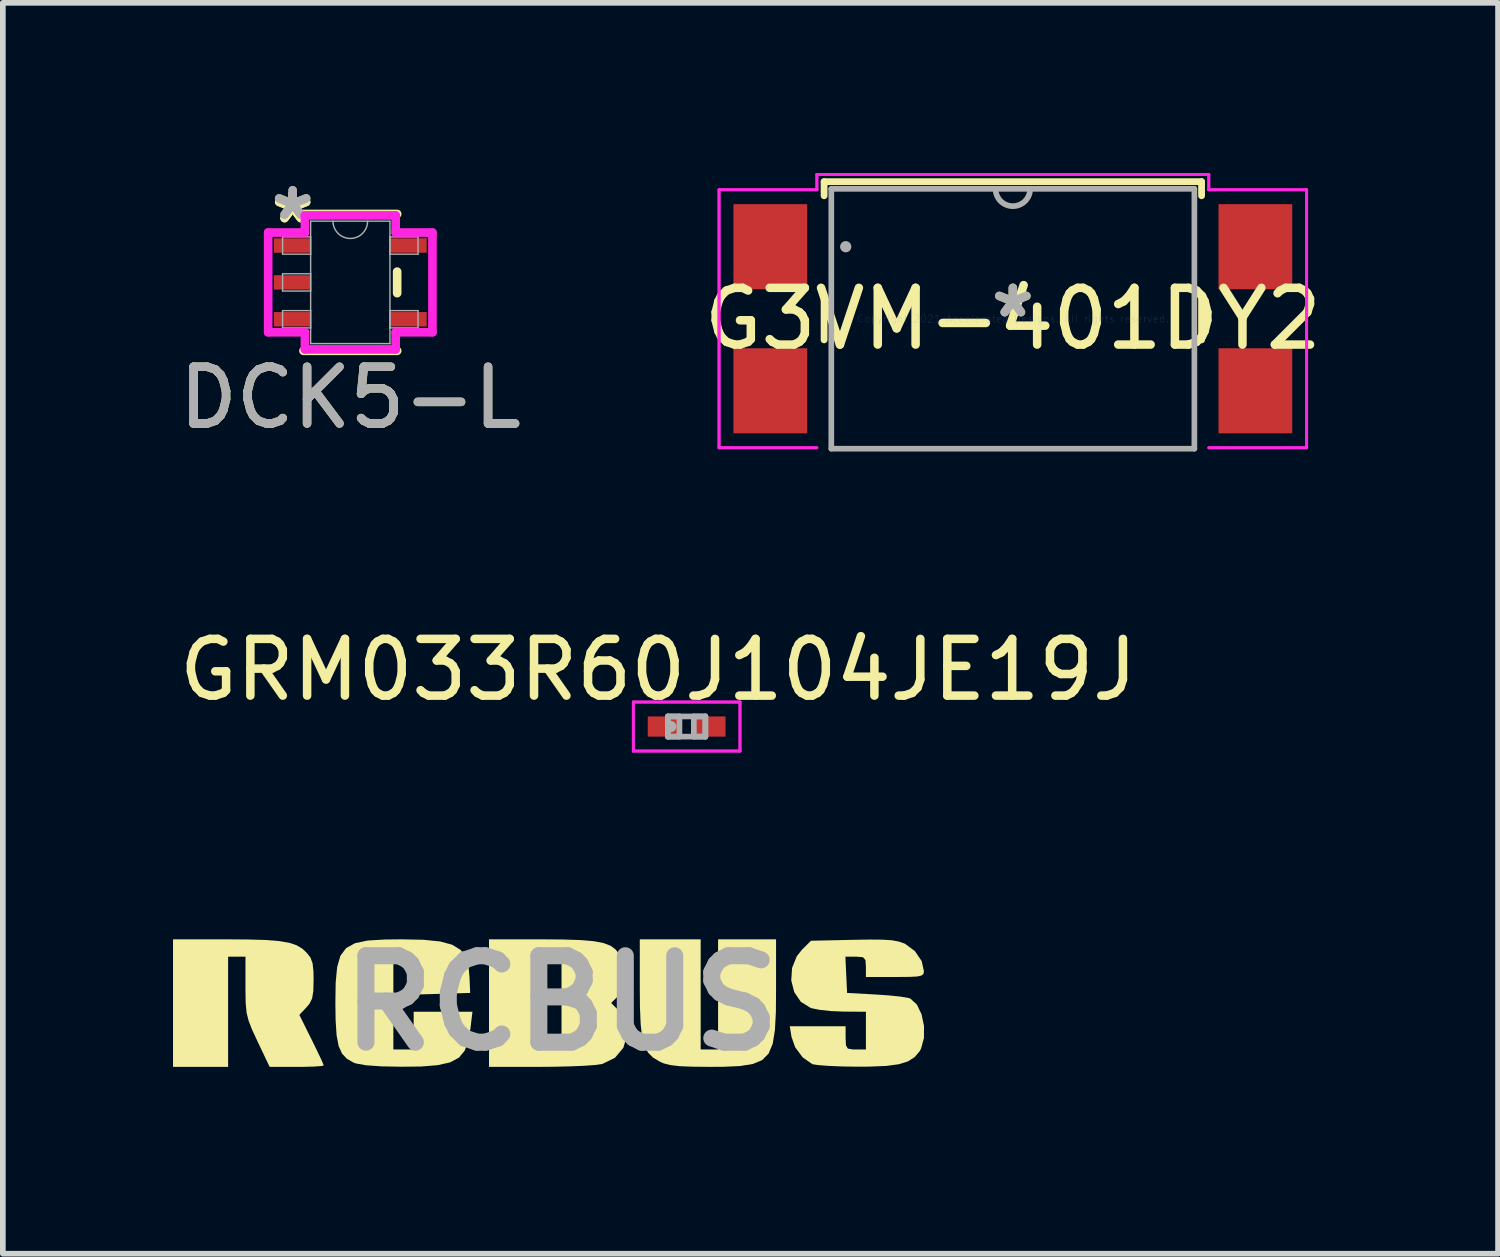
<source format=kicad_pcb>
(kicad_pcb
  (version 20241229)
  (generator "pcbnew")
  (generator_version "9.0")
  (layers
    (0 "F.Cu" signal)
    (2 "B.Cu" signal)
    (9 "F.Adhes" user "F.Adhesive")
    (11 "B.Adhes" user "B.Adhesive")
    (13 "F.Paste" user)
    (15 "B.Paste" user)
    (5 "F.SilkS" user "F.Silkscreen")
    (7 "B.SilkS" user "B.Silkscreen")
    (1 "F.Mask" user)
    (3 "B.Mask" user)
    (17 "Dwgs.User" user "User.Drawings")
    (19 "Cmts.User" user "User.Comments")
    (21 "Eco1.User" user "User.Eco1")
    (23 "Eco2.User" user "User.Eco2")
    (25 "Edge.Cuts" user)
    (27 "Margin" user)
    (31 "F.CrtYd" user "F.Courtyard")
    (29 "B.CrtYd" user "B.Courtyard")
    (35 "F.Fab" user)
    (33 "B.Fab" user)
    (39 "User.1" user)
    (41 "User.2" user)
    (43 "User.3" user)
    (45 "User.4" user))
  (footprint "RCBUS"
    (layer "F.Cu")
    (at 6.848 14.632)
    (property "Reference" "RCBUS" (at 0 0 0) (layer "F.Fab") (effects (font (size 1.524 1.524) (thickness 0.3))))
    (attr board_only exclude_from_pos_files exclude_from_bom)
    (fp_poly (pts (xy 2.453 0.818) (xy 2.76 0.818) (xy 2.76 -1.124) (xy 3.782 -1.124) (xy 3.782 -0.254) (xy 3.779 0.157) (xy 3.762 0.477) (xy 3.723 0.717) (xy 3.651 0.889) (xy 3.537 1.005) (xy 3.371 1.074) (xy 3.144 1.11) (xy 2.845 1.123) (xy 2.599 1.124) (xy 2.298 1.121) (xy 2.078 1.112) (xy 1.921 1.093) (xy 1.805 1.064) (xy 1.738 1.035) (xy 1.618 0.964) (xy 1.528 0.876) (xy 1.464 0.758) (xy 1.421 0.594) (xy 1.395 0.37) (xy 1.383 0.071) (xy 1.38 -0.268) (xy 1.38 -1.124) (xy 2.453 -1.124)) (stroke (width 0) (type solid)) (fill yes) (layer "F.SilkS"))
    (fp_poly (pts (xy -0.371 -1.124) (xy 0.027 -1.121) (xy 0.337 -1.111) (xy 0.57 -1.091) (xy 0.742 -1.058) (xy 0.866 -1.01) (xy 0.954 -0.944) (xy 1.021 -0.859) (xy 1.025 -0.853) (xy 1.108 -0.643) (xy 1.123 -0.423) (xy 1.07 -0.227) (xy 1 -0.126) (xy 0.875 -0.002) (xy 1.032 0.155) (xy 1.13 0.267) (xy 1.168 0.369) (xy 1.165 0.513) (xy 1.162 0.542) (xy 1.091 0.786) (xy 0.943 0.964) (xy 0.72 1.073) (xy 0.719 1.073) (xy 0.609 1.09) (xy 0.417 1.104) (xy 0.164 1.115) (xy -0.127 1.122) (xy -0.371 1.124) (xy -1.278 1.124) (xy -1.278 0.818) (xy -0.307 0.818) (xy 0 0.818) (xy 0 -0.818) (xy -0.307 -0.818) (xy -0.307 0.818) (xy -1.278 0.818) (xy -1.278 -1.124)) (stroke (width 0) (type solid)) (fill yes) (layer "F.SilkS"))
    (fp_poly (pts (xy -5.916 -1.124) (xy -5.519 -1.121) (xy -5.211 -1.112) (xy -4.976 -1.093) (xy -4.8 -1.063) (xy -4.669 -1.019) (xy -4.568 -0.959) (xy -4.494 -0.89) (xy -4.425 -0.803) (xy -4.388 -0.701) (xy -4.372 -0.554) (xy -4.37 -0.409) (xy -4.375 -0.211) (xy -4.396 -0.082) (xy -4.443 0.012) (xy -4.495 0.074) (xy -4.621 0.208) (xy -4.406 0.641) (xy -4.313 0.831) (xy -4.24 0.984) (xy -4.198 1.08) (xy -4.191 1.1) (xy -4.238 1.11) (xy -4.365 1.119) (xy -4.55 1.124) (xy -4.668 1.124) (xy -5.145 1.124) (xy -5.358 0.676) (xy -5.455 0.468) (xy -5.516 0.31) (xy -5.551 0.169) (xy -5.567 0.007) (xy -5.571 -0.211) (xy -5.571 -0.295) (xy -5.571 -0.818) (xy -5.877 -0.818) (xy -5.877 1.124) (xy -6.848 1.124) (xy -6.848 -1.124)) (stroke (width 0) (type solid)) (fill yes) (layer "F.SilkS"))
    (fp_poly (pts (xy -2.43 -1.116) (xy -2.138 -1.086) (xy -1.925 -1.028) (xy -1.778 -0.936) (xy -1.686 -0.803) (xy -1.637 -0.623) (xy -1.622 -0.455) (xy -1.61 -0.179) (xy -2.108 -0.164) (xy -2.606 -0.15) (xy -2.606 -0.818) (xy -2.964 -0.818) (xy -2.964 0.818) (xy -2.606 0.818) (xy -2.606 0.153) (xy -1.57 0.153) (xy -1.605 0.446) (xy -1.643 0.67) (xy -1.707 0.84) (xy -1.809 0.962) (xy -1.963 1.045) (xy -2.181 1.094) (xy -2.476 1.118) (xy -2.822 1.122) (xy -3.182 1.115) (xy -3.447 1.096) (xy -3.62 1.065) (xy -3.664 1.05) (xy -3.783 0.982) (xy -3.87 0.889) (xy -3.929 0.756) (xy -3.965 0.565) (xy -3.982 0.302) (xy -3.986 0) (xy -3.981 -0.36) (xy -3.955 -0.634) (xy -3.898 -0.833) (xy -3.796 -0.97) (xy -3.639 -1.056) (xy -3.413 -1.103) (xy -3.106 -1.121) (xy -2.811 -1.124)) (stroke (width 0) (type solid)) (fill yes) (layer "F.SilkS"))
    (fp_poly (pts (xy 5.665 -1.118) (xy 5.826 -1.107) (xy 5.944 -1.085) (xy 6.039 -1.052) (xy 6.056 -1.045) (xy 6.23 -0.916) (xy 6.349 -0.74) (xy 6.388 -0.565) (xy 6.382 -0.517) (xy 6.35 -0.487) (xy 6.274 -0.469) (xy 6.136 -0.462) (xy 5.917 -0.46) (xy 5.877 -0.46) (xy 5.366 -0.46) (xy 5.366 -0.639) (xy 5.358 -0.758) (xy 5.315 -0.808) (xy 5.203 -0.818) (xy 5.185 -0.818) (xy 5.004 -0.818) (xy 5.019 -0.498) (xy 5.034 -0.179) (xy 5.545 -0.151) (xy 5.772 -0.135) (xy 5.968 -0.115) (xy 6.105 -0.093) (xy 6.147 -0.081) (xy 6.263 0.024) (xy 6.346 0.195) (xy 6.39 0.403) (xy 6.389 0.616) (xy 6.338 0.803) (xy 6.312 0.85) (xy 6.224 0.953) (xy 6.107 1.028) (xy 5.945 1.078) (xy 5.721 1.108) (xy 5.421 1.12) (xy 5.202 1.121) (xy 4.94 1.117) (xy 4.709 1.107) (xy 4.531 1.094) (xy 4.429 1.078) (xy 4.421 1.076) (xy 4.251 0.957) (xy 4.118 0.777) (xy 4.054 0.595) (xy 4.024 0.409) (xy 5.008 0.409) (xy 5.008 0.613) (xy 5.014 0.744) (xy 5.047 0.802) (xy 5.135 0.817) (xy 5.187 0.818) (xy 5.366 0.818) (xy 5.366 0.153) (xy 4.97 0.15) (xy 4.751 0.141) (xy 4.548 0.119) (xy 4.402 0.089) (xy 4.395 0.087) (xy 4.219 -0.022) (xy 4.103 -0.192) (xy 4.05 -0.399) (xy 4.064 -0.619) (xy 4.148 -0.827) (xy 4.237 -0.939) (xy 4.397 -1.099) (xy 5.134 -1.115) (xy 5.441 -1.12)) (stroke (width 0) (type solid)) (fill yes) (layer "F.SilkS")))
  (footprint "DCK5-L"
    (layer "F.Cu")
    (at 3.125 1.928)
    (property "Reference" "DCK5-L" (at 0 2.032 0) (unlocked yes) (layer "F.SilkS") (effects (font (size 1 1) (thickness 0.15))))
    (attr smd)
    (fp_line (start -0.826 1.206) (end 0.826 1.206) (stroke (width 0.152) (type solid)) (layer "F.SilkS"))
    (fp_line (start 0.826 -1.206) (end -0.826 -1.206) (stroke (width 0.152) (type solid)) (layer "F.SilkS"))
    (fp_line (start 0.826 0.19) (end 0.826 -0.19) (stroke (width 0.152) (type solid)) (layer "F.SilkS"))
    (fp_line (start -1.448 -0.879) (end -0.8 -0.879) (stroke (width 0.152) (type solid)) (layer "F.CrtYd"))
    (fp_line (start -1.448 0.879) (end -1.448 -0.879) (stroke (width 0.152) (type solid)) (layer "F.CrtYd"))
    (fp_line (start -0.8 -1.181) (end 0.8 -1.181) (stroke (width 0.152) (type solid)) (layer "F.CrtYd"))
    (fp_line (start -0.8 -0.879) (end -0.8 -1.181) (stroke (width 0.152) (type solid)) (layer "F.CrtYd"))
    (fp_line (start -0.8 0.879) (end -1.448 0.879) (stroke (width 0.152) (type solid)) (layer "F.CrtYd"))
    (fp_line (start -0.8 1.181) (end -0.8 0.879) (stroke (width 0.152) (type solid)) (layer "F.CrtYd"))
    (fp_line (start 0.8 -1.181) (end 0.8 -0.879) (stroke (width 0.152) (type solid)) (layer "F.CrtYd"))
    (fp_line (start 0.8 -0.879) (end 1.448 -0.879) (stroke (width 0.152) (type solid)) (layer "F.CrtYd"))
    (fp_line (start 0.8 0.879) (end 0.8 1.181) (stroke (width 0.152) (type solid)) (layer "F.CrtYd"))
    (fp_line (start 0.8 1.181) (end -0.8 1.181) (stroke (width 0.152) (type solid)) (layer "F.CrtYd"))
    (fp_line (start 1.448 -0.879) (end 1.448 0.879) (stroke (width 0.152) (type solid)) (layer "F.CrtYd"))
    (fp_line (start 1.448 0.879) (end 0.8 0.879) (stroke (width 0.152) (type solid)) (layer "F.CrtYd"))
    (fp_line (start -1.194 -0.802) (end -1.194 -0.498) (stroke (width 0.025) (type solid)) (layer "F.Fab"))
    (fp_line (start -1.194 -0.498) (end -0.699 -0.498) (stroke (width 0.025) (type solid)) (layer "F.Fab"))
    (fp_line (start -1.194 -0.152) (end -1.194 0.152) (stroke (width 0.025) (type solid)) (layer "F.Fab"))
    (fp_line (start -1.194 0.152) (end -0.699 0.152) (stroke (width 0.025) (type solid)) (layer "F.Fab"))
    (fp_line (start -1.194 0.498) (end -1.194 0.802) (stroke (width 0.025) (type solid)) (layer "F.Fab"))
    (fp_line (start -1.194 0.802) (end -0.699 0.802) (stroke (width 0.025) (type solid)) (layer "F.Fab"))
    (fp_line (start -0.699 -1.079) (end -0.699 1.079) (stroke (width 0.025) (type solid)) (layer "F.Fab"))
    (fp_line (start -0.699 -0.802) (end -1.194 -0.802) (stroke (width 0.025) (type solid)) (layer "F.Fab"))
    (fp_line (start -0.699 -0.498) (end -0.699 -0.802) (stroke (width 0.025) (type solid)) (layer "F.Fab"))
    (fp_line (start -0.699 -0.152) (end -1.194 -0.152) (stroke (width 0.025) (type solid)) (layer "F.Fab"))
    (fp_line (start -0.699 0.152) (end -0.699 -0.152) (stroke (width 0.025) (type solid)) (layer "F.Fab"))
    (fp_line (start -0.699 0.498) (end -1.194 0.498) (stroke (width 0.025) (type solid)) (layer "F.Fab"))
    (fp_line (start -0.699 0.802) (end -0.699 0.498) (stroke (width 0.025) (type solid)) (layer "F.Fab"))
    (fp_line (start -0.699 1.079) (end 0.699 1.079) (stroke (width 0.025) (type solid)) (layer "F.Fab"))
    (fp_line (start 0.699 -1.079) (end -0.699 -1.079) (stroke (width 0.025) (type solid)) (layer "F.Fab"))
    (fp_line (start 0.699 -0.802) (end 0.699 -0.498) (stroke (width 0.025) (type solid)) (layer "F.Fab"))
    (fp_line (start 0.699 -0.498) (end 1.194 -0.498) (stroke (width 0.025) (type solid)) (layer "F.Fab"))
    (fp_line (start 0.699 0.498) (end 0.699 0.802) (stroke (width 0.025) (type solid)) (layer "F.Fab"))
    (fp_line (start 0.699 0.802) (end 1.194 0.802) (stroke (width 0.025) (type solid)) (layer "F.Fab"))
    (fp_line (start 0.699 1.079) (end 0.699 -1.079) (stroke (width 0.025) (type solid)) (layer "F.Fab"))
    (fp_line (start 1.194 -0.802) (end 0.699 -0.802) (stroke (width 0.025) (type solid)) (layer "F.Fab"))
    (fp_line (start 1.194 -0.498) (end 1.194 -0.802) (stroke (width 0.025) (type solid)) (layer "F.Fab"))
    (fp_line (start 1.194 0.498) (end 0.699 0.498) (stroke (width 0.025) (type solid)) (layer "F.Fab"))
    (fp_line (start 1.194 0.802) (end 1.194 0.498) (stroke (width 0.025) (type solid)) (layer "F.Fab"))
    (fp_arc (start 0.3048 -1.0795) (mid 0 -0.7747) (end -0.3048 -1.0795) (stroke (width 0.0254) (type solid)) (layer "F.Fab"))
    (fp_text user "*" (at -1.016 -1.016 0) (layer "F.SilkS") (effects (font (size 1 1) (thickness 0.15))))
    (fp_text user "*" (at -1.016 -1.016 0) (unlocked yes) (layer "F.SilkS") (effects (font (size 1 1) (thickness 0.15))))
    (fp_text user "*" (at -1.016 -1.079 0) (unlocked yes) (layer "F.Fab") (effects (font (size 1 1) (thickness 0.15))))
    (fp_text user "${REFERENCE}" (at 0 2.032 0) (unlocked yes) (layer "F.Fab") (effects (font (size 1 1) (thickness 0.15))))
    (fp_text user "*" (at -1.016 -1.079 0) (layer "F.Fab") (effects (font (size 1 1) (thickness 0.15))))
    (pad "1" smd rect (at -1.022 -0.65) (size 0.648 0.254) (layers "F.Cu" "F.Mask" "F.Paste"))
    (pad "2" smd rect (at -1.022 0) (size 0.648 0.254) (layers "F.Cu" "F.Mask" "F.Paste"))
    (pad "3" smd rect (at -1.022 0.65) (size 0.648 0.254) (layers "F.Cu" "F.Mask" "F.Paste"))
    (pad "4" smd rect (at 1.022 0.65) (size 0.648 0.254) (layers "F.Cu" "F.Mask" "F.Paste"))
    (pad "5" smd rect (at 1.022 -0.65) (size 0.648 0.254) (layers "F.Cu" "F.Mask" "F.Paste")))
  (footprint "GRM033R60J104JE19J"
    (layer "F.Cu")
    (at 9.054 9.757)
    (property "Reference" "GRM033R60J104JE19J" (at -0.5 -1 0) (layer "F.SilkS") (effects (font (size 1 1) (thickness 0.15))))
    (attr through_hole)
    (fp_line (start -0.94 -0.432) (end 0.94 -0.432) (stroke (width 0.05) (type solid)) (layer "F.CrtYd"))
    (fp_line (start -0.94 -0.432) (end 0.94 -0.432) (stroke (width 0.05) (type solid)) (layer "F.CrtYd"))
    (fp_line (start -0.94 0.432) (end -0.94 -0.432) (stroke (width 0.05) (type solid)) (layer "F.CrtYd"))
    (fp_line (start -0.94 0.432) (end -0.94 -0.432) (stroke (width 0.05) (type solid)) (layer "F.CrtYd"))
    (fp_line (start 0.94 -0.432) (end 0.94 0.432) (stroke (width 0.05) (type solid)) (layer "F.CrtYd"))
    (fp_line (start 0.94 -0.432) (end 0.94 0.432) (stroke (width 0.05) (type solid)) (layer "F.CrtYd"))
    (fp_line (start 0.94 0.432) (end -0.94 0.432) (stroke (width 0.05) (type solid)) (layer "F.CrtYd"))
    (fp_line (start 0.94 0.432) (end -0.94 0.432) (stroke (width 0.05) (type solid)) (layer "F.CrtYd"))
    (fp_line (start -0.33 -0.178) (end -0.33 0.178) (stroke (width 0.1) (type solid)) (layer "F.Fab"))
    (fp_line (start -0.33 -0.178) (end -0.33 0.178) (stroke (width 0.1) (type solid)) (layer "F.Fab"))
    (fp_line (start -0.33 0.178) (end -0.127 0.178) (stroke (width 0.1) (type solid)) (layer "F.Fab"))
    (fp_line (start -0.33 0.178) (end 0.33 0.178) (stroke (width 0.1) (type solid)) (layer "F.Fab"))
    (fp_line (start -0.127 -0.178) (end -0.33 -0.178) (stroke (width 0.1) (type solid)) (layer "F.Fab"))
    (fp_line (start -0.127 0.178) (end -0.127 -0.178) (stroke (width 0.1) (type solid)) (layer "F.Fab"))
    (fp_line (start 0.127 -0.178) (end 0.127 0.178) (stroke (width 0.1) (type solid)) (layer "F.Fab"))
    (fp_line (start 0.127 0.178) (end 0.33 0.178) (stroke (width 0.1) (type solid)) (layer "F.Fab"))
    (fp_line (start 0.33 -0.178) (end -0.33 -0.178) (stroke (width 0.1) (type solid)) (layer "F.Fab"))
    (fp_line (start 0.33 -0.178) (end 0.127 -0.178) (stroke (width 0.1) (type solid)) (layer "F.Fab"))
    (fp_line (start 0.33 0.178) (end 0.33 -0.178) (stroke (width 0.1) (type solid)) (layer "F.Fab"))
    (fp_line (start 0.33 0.178) (end 0.33 -0.178) (stroke (width 0.1) (type solid)) (layer "F.Fab"))
    (fp_circle (center -0.279 0) (end -0.279 0) (stroke (width 0.1) (type solid)) (fill no) (layer "F.Fab"))
    (pad "1" smd rect (at -0.406 0) (size 0.559 0.356) (layers "F.Cu" "F.Mask" "F.Paste"))
    (pad "2" smd rect (at 0.406 0) (size 0.559 0.356) (layers "F.Cu" "F.Mask" "F.Paste")))
  (footprint "G3VM-401DY2"
    (layer "F.Cu")
    (at 14.804 2.569)
    (property "Reference" "G3VM-401DY2" (at 0 0 0) (layer "F.SilkS") (effects (font (size 1 1) (thickness 0.15))))
    (attr through_hole)
    (fp_line (start -3.327 -2.417) (end -3.327 -2.168) (stroke (width 0.12) (type solid)) (layer "F.SilkS"))
    (fp_line (start -3.327 -0.372) (end -3.327 0.372) (stroke (width 0.12) (type solid)) (layer "F.SilkS"))
    (fp_line (start 3.327 -2.417) (end -3.327 -2.417) (stroke (width 0.12) (type solid)) (layer "F.SilkS"))
    (fp_line (start 3.327 -2.168) (end 3.327 -2.417) (stroke (width 0.12) (type solid)) (layer "F.SilkS"))
    (fp_line (start 3.327 0.372) (end 3.327 -0.372) (stroke (width 0.12) (type solid)) (layer "F.SilkS"))
    (fp_line (start -5.179 -2.274) (end -3.454 -2.274) (stroke (width 0.05) (type solid)) (layer "F.CrtYd"))
    (fp_line (start -5.179 -2.274) (end -3.454 -2.274) (stroke (width 0.05) (type solid)) (layer "F.CrtYd"))
    (fp_line (start -5.179 2.274) (end -5.179 -2.274) (stroke (width 0.05) (type solid)) (layer "F.CrtYd"))
    (fp_line (start -5.179 2.274) (end -5.179 -2.274) (stroke (width 0.05) (type solid)) (layer "F.CrtYd"))
    (fp_line (start -5.179 2.274) (end -3.454 2.274) (stroke (width 0.05) (type solid)) (layer "F.CrtYd"))
    (fp_line (start -3.454 -2.544) (end 3.454 -2.544) (stroke (width 0.05) (type solid)) (layer "F.CrtYd"))
    (fp_line (start -3.454 -2.544) (end 3.454 -2.544) (stroke (width 0.05) (type solid)) (layer "F.CrtYd"))
    (fp_line (start -3.454 -2.274) (end -3.454 -2.544) (stroke (width 0.05) (type solid)) (layer "F.CrtYd"))
    (fp_line (start -3.454 -2.274) (end -3.454 -2.544) (stroke (width 0.05) (type solid)) (layer "F.CrtYd"))
    (fp_line (start -3.454 2.274) (end -5.179 2.274) (stroke (width 0.05) (type solid)) (layer "F.CrtYd"))
    (fp_line (start 3.454 -2.544) (end 3.454 -2.274) (stroke (width 0.05) (type solid)) (layer "F.CrtYd"))
    (fp_line (start 3.454 -2.544) (end 3.454 -2.274) (stroke (width 0.05) (type solid)) (layer "F.CrtYd"))
    (fp_line (start 3.454 -2.274) (end 5.179 -2.274) (stroke (width 0.05) (type solid)) (layer "F.CrtYd"))
    (fp_line (start 5.179 -2.274) (end 3.454 -2.274) (stroke (width 0.05) (type solid)) (layer "F.CrtYd"))
    (fp_line (start 5.179 -2.274) (end 5.179 2.274) (stroke (width 0.05) (type solid)) (layer "F.CrtYd"))
    (fp_line (start 5.179 -2.274) (end 5.179 2.274) (stroke (width 0.05) (type solid)) (layer "F.CrtYd"))
    (fp_line (start 5.179 2.274) (end 3.454 2.274) (stroke (width 0.05) (type solid)) (layer "F.CrtYd"))
    (fp_line (start 5.179 2.274) (end 3.454 2.274) (stroke (width 0.05) (type solid)) (layer "F.CrtYd"))
    (fp_line (start -3.2 -2.29) (end -3.2 2.29) (stroke (width 0.1) (type solid)) (layer "F.Fab"))
    (fp_line (start -3.2 2.29) (end 3.2 2.29) (stroke (width 0.1) (type solid)) (layer "F.Fab"))
    (fp_line (start 3.2 -2.29) (end -3.2 -2.29) (stroke (width 0.1) (type solid)) (layer "F.Fab"))
    (fp_line (start 3.2 2.29) (end 3.2 -2.29) (stroke (width 0.1) (type solid)) (layer "F.Fab"))
    (fp_arc (start 0.3048 -2.290002) (mid 0.000001 -1.985201) (end -0.3048 -2.29) (stroke (width 0.1) (type solid)) (layer "F.Fab"))
    (fp_circle (center -2.946 -1.27) (end -2.946 -1.27) (stroke (width 0.1) (type solid)) (fill no) (layer "F.Fab"))
    (fp_text user "*" (at 0 0 0) (layer "F.SilkS") (effects (font (size 1 1) (thickness 0.15))))
    (fp_text user "Copyright 2021 Accelerated Designs. All rights reserved." (at 0 0 0) (layer "Cmts.User") (effects (font (size 0.127 0.127) (thickness 0.002))))
    (fp_text user "*" (at 0 0 0) (layer "F.Fab") (effects (font (size 1 1) (thickness 0.15))))
    (pad "1" smd rect (at -4.275 -1.27) (size 1.3 1.5) (layers "F.Cu" "F.Mask" "F.Paste"))
    (pad "2" smd rect (at -4.275 1.27) (size 1.3 1.5) (layers "F.Cu" "F.Mask" "F.Paste"))
    (pad "3" smd rect (at 4.275 1.27) (size 1.3 1.5) (layers "F.Cu" "F.Mask" "F.Paste"))
    (pad "4" smd rect (at 4.275 -1.27) (size 1.3 1.5) (layers "F.Cu" "F.Mask" "F.Paste")))
  (gr_rect
    (start -3 -3)
    (end 23.357 19.05)
    (stroke (width 0.1) (type default))
    (fill no)
    (layer "Edge.Cuts")))
</source>
